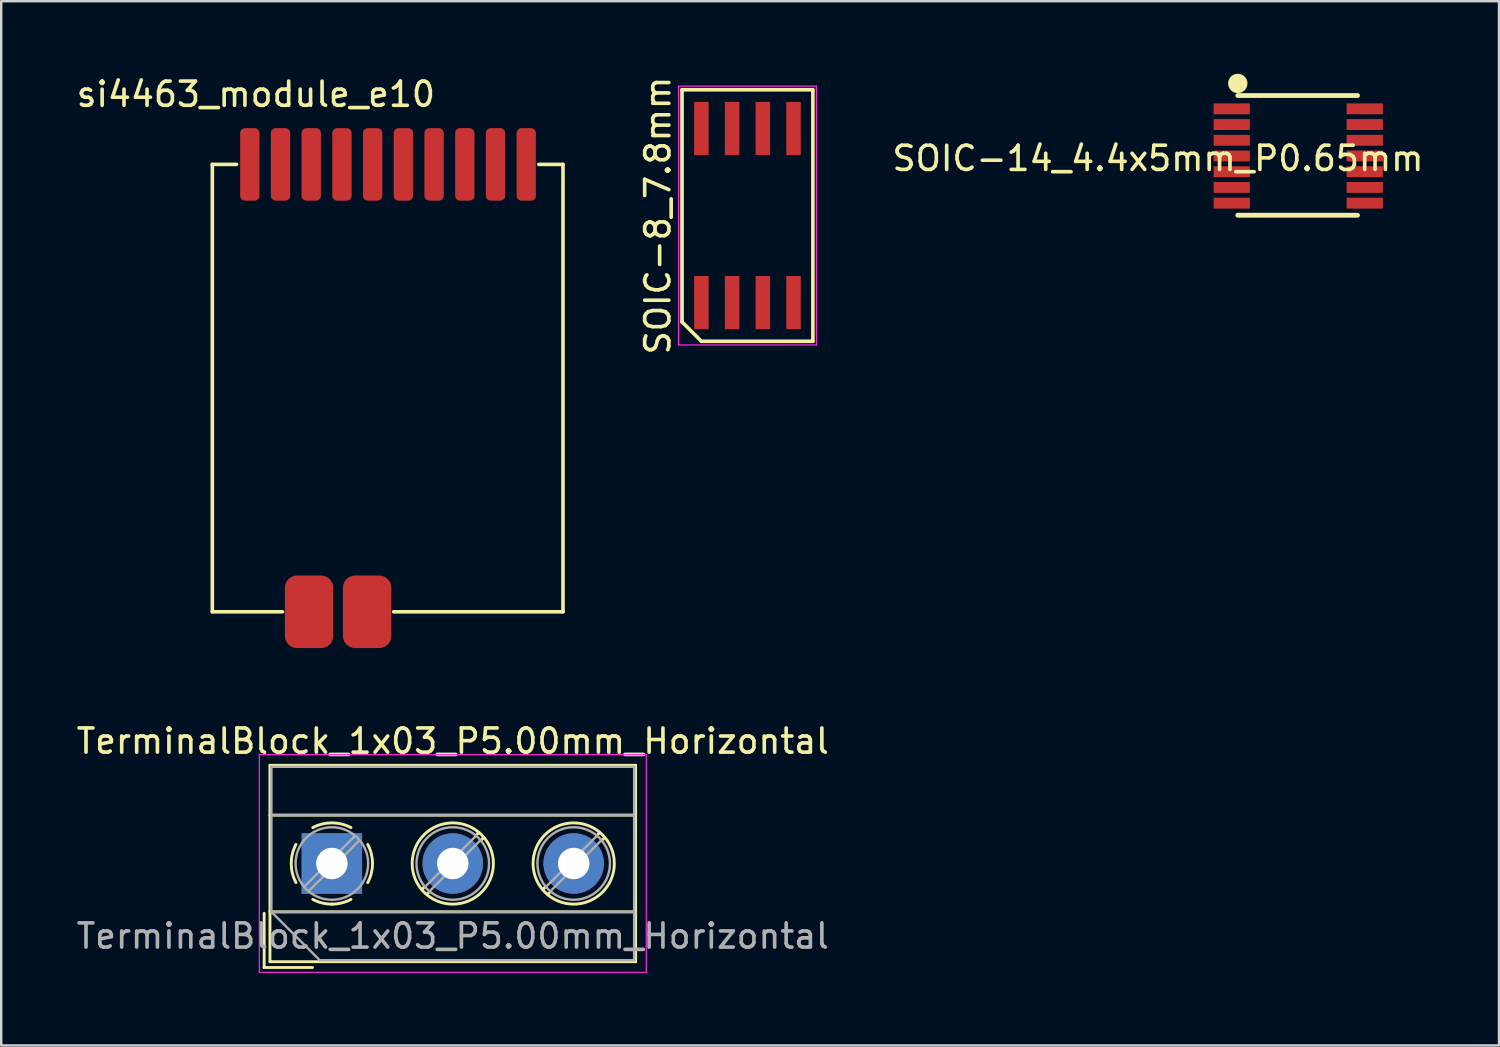
<source format=kicad_pcb>
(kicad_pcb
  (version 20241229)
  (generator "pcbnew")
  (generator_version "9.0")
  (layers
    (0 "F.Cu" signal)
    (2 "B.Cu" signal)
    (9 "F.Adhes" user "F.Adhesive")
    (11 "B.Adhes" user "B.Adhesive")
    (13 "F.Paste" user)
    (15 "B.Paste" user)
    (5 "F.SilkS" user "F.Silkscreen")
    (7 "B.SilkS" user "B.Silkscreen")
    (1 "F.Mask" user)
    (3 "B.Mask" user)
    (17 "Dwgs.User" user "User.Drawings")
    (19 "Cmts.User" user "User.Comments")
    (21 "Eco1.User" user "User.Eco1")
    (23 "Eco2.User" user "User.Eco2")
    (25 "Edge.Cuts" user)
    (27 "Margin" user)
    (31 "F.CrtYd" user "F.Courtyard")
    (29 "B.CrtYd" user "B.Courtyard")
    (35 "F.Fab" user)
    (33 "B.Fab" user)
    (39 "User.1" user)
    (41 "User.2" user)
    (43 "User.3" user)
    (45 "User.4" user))
  (footprint "si4463_module_e10"
    (layer "F.Cu")
    (at 5.73 3.748)
    (property "Reference" "si4463_module_e10" (at 1.8 -2.9 0) (layer "F.SilkS") (effects (font (size 1 1) (thickness 0.15))))
    (attr through_hole)
    (fp_line (start 0 0) (end 1 0) (stroke (width 0.15) (type solid)) (layer "F.SilkS"))
    (fp_line (start 0 18.5) (end 0 0) (stroke (width 0.15) (type solid)) (layer "F.SilkS"))
    (fp_line (start 0 18.5) (end 2.9 18.5) (stroke (width 0.15) (type solid)) (layer "F.SilkS"))
    (fp_line (start 7.5 18.5) (end 14.5 18.5) (stroke (width 0.15) (type solid)) (layer "F.SilkS"))
    (fp_line (start 13.5 0) (end 14.5 0) (stroke (width 0.15) (type solid)) (layer "F.SilkS"))
    (fp_line (start 14.5 0) (end 14.5 18.5) (stroke (width 0.15) (type solid)) (layer "F.SilkS"))
    (pad "1" smd roundrect (at 12.98 0) (size 0.8 3) (layers "F.Cu" "F.Mask" "F.Paste") (roundrect_rratio 0.25))
    (pad "2" smd roundrect (at 11.71 0) (size 0.8 3) (layers "F.Cu" "F.Mask" "F.Paste") (roundrect_rratio 0.25))
    (pad "3" smd roundrect (at 10.44 0) (size 0.8 3) (layers "F.Cu" "F.Mask" "F.Paste") (roundrect_rratio 0.25))
    (pad "4" smd roundrect (at 9.17 0) (size 0.8 3) (layers "F.Cu" "F.Mask" "F.Paste") (roundrect_rratio 0.25))
    (pad "5" smd roundrect (at 7.9 0) (size 0.8 3) (layers "F.Cu" "F.Mask" "F.Paste") (roundrect_rratio 0.25))
    (pad "6" smd roundrect (at 6.63 0) (size 0.8 3) (layers "F.Cu" "F.Mask" "F.Paste") (roundrect_rratio 0.25))
    (pad "7" smd roundrect (at 5.36 0) (size 0.8 3) (layers "F.Cu" "F.Mask" "F.Paste") (roundrect_rratio 0.25))
    (pad "8" smd roundrect (at 4.09 0) (size 0.8 3) (layers "F.Cu" "F.Mask" "F.Paste") (roundrect_rratio 0.25))
    (pad "9" smd roundrect (at 2.82 0) (size 0.8 3) (layers "F.Cu" "F.Mask" "F.Paste") (roundrect_rratio 0.25))
    (pad "10" smd roundrect (at 1.55 0) (size 0.8 3) (layers "F.Cu" "F.Mask" "F.Paste") (roundrect_rratio 0.25))
    (pad "11" smd roundrect (at 4 18.5) (size 2 3) (layers "F.Cu" "F.Mask" "F.Paste") (roundrect_rratio 0.25))
    (pad "12" smd roundrect (at 6.4 18.5) (size 2 3) (layers "F.Cu" "F.Mask" "F.Paste") (roundrect_rratio 0.25)))
  (footprint "TerminalBlock_1x03_P5.00mm_Horizontal"
    (layer "F.Cu")
    (at 10.673 32.657)
    (property "Reference" "TerminalBlock_1x03_P5.00mm_Horizontal" (at 5 -5.06 0) (layer "F.SilkS") (effects (font (size 1 1) (thickness 0.15))))
    (attr through_hole)
    (fp_line (start -2.8 2.06) (end -2.8 4.3) (stroke (width 0.12) (type solid)) (layer "F.SilkS"))
    (fp_line (start -2.8 4.3) (end -0.8 4.3) (stroke (width 0.12) (type solid)) (layer "F.SilkS"))
    (fp_line (start -2.56 -4.06) (end -2.56 4.06) (stroke (width 0.12) (type solid)) (layer "F.SilkS"))
    (fp_line (start -2.56 -4.06) (end 12.56 -4.06) (stroke (width 0.12) (type solid)) (layer "F.SilkS"))
    (fp_line (start -2.56 -2) (end 12.56 -2) (stroke (width 0.12) (type solid)) (layer "F.SilkS"))
    (fp_line (start -2.56 2) (end 12.56 2) (stroke (width 0.12) (type solid)) (layer "F.SilkS"))
    (fp_line (start -2.56 4.06) (end 12.56 4.06) (stroke (width 0.12) (type solid)) (layer "F.SilkS"))
    (fp_line (start 3.82 0.976) (end 3.726 1.069) (stroke (width 0.12) (type solid)) (layer "F.SilkS"))
    (fp_line (start 3.99 1.216) (end 3.931 1.274) (stroke (width 0.12) (type solid)) (layer "F.SilkS"))
    (fp_line (start 6.07 -1.275) (end 6.011 -1.216) (stroke (width 0.12) (type solid)) (layer "F.SilkS"))
    (fp_line (start 6.275 -1.069) (end 6.181 -0.976) (stroke (width 0.12) (type solid)) (layer "F.SilkS"))
    (fp_line (start 8.82 0.976) (end 8.726 1.069) (stroke (width 0.12) (type solid)) (layer "F.SilkS"))
    (fp_line (start 8.99 1.216) (end 8.931 1.274) (stroke (width 0.12) (type solid)) (layer "F.SilkS"))
    (fp_line (start 11.07 -1.275) (end 11.011 -1.216) (stroke (width 0.12) (type solid)) (layer "F.SilkS"))
    (fp_line (start 11.275 -1.069) (end 11.181 -0.976) (stroke (width 0.12) (type solid)) (layer "F.SilkS"))
    (fp_line (start 12.56 -4.06) (end 12.56 4.06) (stroke (width 0.12) (type solid)) (layer "F.SilkS"))
    (fp_arc (start -1.483953 0.789089) (mid -1.680708 0.00005) (end -1.484 -0.789) (stroke (width 0.12) (type solid)) (layer "F.SilkS"))
    (fp_arc (start -0.789089 -1.483953) (mid -0.00005 -1.680708) (end 0.789 -1.484) (stroke (width 0.12) (type solid)) (layer "F.SilkS"))
    (fp_arc (start 0.029383 1.68045) (mid -0.392304 1.634281) (end -0.789 1.484) (stroke (width 0.12) (type solid)) (layer "F.SilkS"))
    (fp_arc (start 0.788712 1.483352) (mid 0.406429 1.630097) (end 0 1.68) (stroke (width 0.12) (type solid)) (layer "F.SilkS"))
    (fp_arc (start 1.483953 -0.789089) (mid 1.680708 -0.00005) (end 1.484 0.789) (stroke (width 0.12) (type solid)) (layer "F.SilkS"))
    (fp_circle (center 5 0) (end 6.68 0) (stroke (width 0.12) (type solid)) (fill no) (layer "F.SilkS"))
    (fp_circle (center 10 0) (end 11.68 0) (stroke (width 0.12) (type solid)) (fill no) (layer "F.SilkS"))
    (fp_line (start -3 -4.5) (end -3 4.5) (stroke (width 0.05) (type solid)) (layer "F.CrtYd"))
    (fp_line (start -3 4.5) (end 13 4.5) (stroke (width 0.05) (type solid)) (layer "F.CrtYd"))
    (fp_line (start 13 -4.5) (end -3 -4.5) (stroke (width 0.05) (type solid)) (layer "F.CrtYd"))
    (fp_line (start 13 4.5) (end 13 -4.5) (stroke (width 0.05) (type solid)) (layer "F.CrtYd"))
    (fp_line (start -2.5 -4) (end 12.5 -4) (stroke (width 0.1) (type solid)) (layer "F.Fab"))
    (fp_line (start -2.5 -2) (end 12.5 -2) (stroke (width 0.1) (type solid)) (layer "F.Fab"))
    (fp_line (start -2.5 2) (end -2.5 -4) (stroke (width 0.1) (type solid)) (layer "F.Fab"))
    (fp_line (start -2.5 2) (end 12.5 2) (stroke (width 0.1) (type solid)) (layer "F.Fab"))
    (fp_line (start -0.5 4) (end -2.5 2) (stroke (width 0.1) (type solid)) (layer "F.Fab"))
    (fp_line (start 0.955 -1.138) (end -1.138 0.955) (stroke (width 0.1) (type solid)) (layer "F.Fab"))
    (fp_line (start 1.138 -0.955) (end -0.955 1.138) (stroke (width 0.1) (type solid)) (layer "F.Fab"))
    (fp_line (start 5.955 -1.138) (end 3.863 0.955) (stroke (width 0.1) (type solid)) (layer "F.Fab"))
    (fp_line (start 6.138 -0.955) (end 4.046 1.138) (stroke (width 0.1) (type solid)) (layer "F.Fab"))
    (fp_line (start 10.955 -1.138) (end 8.863 0.955) (stroke (width 0.1) (type solid)) (layer "F.Fab"))
    (fp_line (start 11.138 -0.955) (end 9.046 1.138) (stroke (width 0.1) (type solid)) (layer "F.Fab"))
    (fp_line (start 12.5 -4) (end 12.5 4) (stroke (width 0.1) (type solid)) (layer "F.Fab"))
    (fp_line (start 12.5 4) (end -0.5 4) (stroke (width 0.1) (type solid)) (layer "F.Fab"))
    (fp_circle (center 0 0) (end 1.5 0) (stroke (width 0.1) (type solid)) (fill no) (layer "F.Fab"))
    (fp_circle (center 5 0) (end 6.5 0) (stroke (width 0.1) (type solid)) (fill no) (layer "F.Fab"))
    (fp_circle (center 10 0) (end 11.5 0) (stroke (width 0.1) (type solid)) (fill no) (layer "F.Fab"))
    (fp_text user "${REFERENCE}" (at 5 3 0) (layer "F.Fab") (effects (font (size 1 1) (thickness 0.15))))
    (pad "1" thru_hole rect (at 0 0) (size 2.5 2.5) (drill 1.3) (layers "*.Cu" "*.Mask"))
    (pad "2" thru_hole circle (at 5 0) (size 2.5 2.5) (drill 1.3) (layers "*.Cu" "*.Mask"))
    (pad "3" thru_hole circle (at 10 0) (size 2.5 2.5) (drill 1.3) (layers "*.Cu" "*.Mask")))
  (footprint "SOIC-14_4.4x5mm_P0.65mm"
    (layer "F.Cu")
    (at 50.634 3.4)
    (property "Reference" "SOIC-14_4.4x5mm_P0.65mm" (at -5.8 0.1 0) (layer "F.SilkS") (effects (font (size 1 1) (thickness 0.15))))
    (attr through_hole)
    (fp_line (start -2.5 -2.5) (end 2.45 -2.5) (stroke (width 0.2) (type solid)) (layer "F.SilkS"))
    (fp_line (start -2.5 2.45) (end 2.45 2.45) (stroke (width 0.2) (type solid)) (layer "F.SilkS"))
    (fp_circle (center -2.5 -3) (end -2.3 -3) (stroke (width 0.4) (type solid)) (fill no) (layer "F.SilkS"))
    (pad "1" smd rect (at -2.75 -1.95) (size 1.5 0.45) (layers "F.Cu" "F.Mask" "F.Paste"))
    (pad "2" smd rect (at -2.75 -1.3) (size 1.5 0.45) (layers "F.Cu" "F.Mask" "F.Paste"))
    (pad "3" smd rect (at -2.75 -0.65) (size 1.5 0.45) (layers "F.Cu" "F.Mask" "F.Paste"))
    (pad "4" smd rect (at -2.75 0) (size 1.5 0.45) (layers "F.Cu" "F.Mask" "F.Paste"))
    (pad "5" smd rect (at -2.75 0.65) (size 1.5 0.45) (layers "F.Cu" "F.Mask" "F.Paste"))
    (pad "6" smd rect (at -2.75 1.3) (size 1.5 0.45) (layers "F.Cu" "F.Mask" "F.Paste"))
    (pad "7" smd rect (at -2.75 1.95) (size 1.5 0.45) (layers "F.Cu" "F.Mask" "F.Paste"))
    (pad "8" smd rect (at 2.75 1.95) (size 1.5 0.45) (layers "F.Cu" "F.Mask" "F.Paste"))
    (pad "9" smd rect (at 2.75 1.3) (size 1.5 0.45) (layers "F.Cu" "F.Mask" "F.Paste"))
    (pad "10" smd rect (at 2.75 0.65) (size 1.5 0.45) (layers "F.Cu" "F.Mask" "F.Paste"))
    (pad "11" smd rect (at 2.75 0) (size 1.5 0.45) (layers "F.Cu" "F.Mask" "F.Paste"))
    (pad "12" smd rect (at 2.75 -0.65) (size 1.5 0.45) (layers "F.Cu" "F.Mask" "F.Paste"))
    (pad "13" smd rect (at 2.75 -1.3) (size 1.5 0.45) (layers "F.Cu" "F.Mask" "F.Paste"))
    (pad "14" smd rect (at 2.75 -1.95) (size 1.5 0.45) (layers "F.Cu" "F.Mask" "F.Paste")))
  (footprint "SOIC-8_7.8mm"
    (layer "F.Cu")
    (at 27.858 5.863)
    (property "Reference" "SOIC-8_7.8mm" (at -3.705 0 90) (layer "F.SilkS") (effects (font (size 1 1) (thickness 0.15))))
    (attr smd)
    (fp_line (start -2.705 -5.2) (end 2.705 -5.2) (stroke (width 0.15) (type solid)) (layer "F.SilkS"))
    (fp_line (start -2.705 4.4) (end -2.705 -5.2) (stroke (width 0.15) (type solid)) (layer "F.SilkS"))
    (fp_line (start -1.905 5.2) (end -2.705 4.4) (stroke (width 0.15) (type solid)) (layer "F.SilkS"))
    (fp_line (start 2.705 -5.2) (end 2.705 5.2) (stroke (width 0.15) (type solid)) (layer "F.SilkS"))
    (fp_line (start 2.705 5.2) (end -1.905 5.2) (stroke (width 0.15) (type solid)) (layer "F.SilkS"))
    (fp_line (start -2.85 -5.35) (end 2.85 -5.35) (stroke (width 0.05) (type solid)) (layer "F.CrtYd"))
    (fp_line (start -2.85 5.35) (end -2.85 -5.35) (stroke (width 0.05) (type solid)) (layer "F.CrtYd"))
    (fp_line (start 2.85 -5.35) (end 2.85 5.35) (stroke (width 0.05) (type solid)) (layer "F.CrtYd"))
    (fp_line (start 2.85 5.35) (end -2.85 5.35) (stroke (width 0.05) (type solid)) (layer "F.CrtYd"))
    (pad "1" smd rect (at -1.905 3.6) (size 0.6 2.2) (layers "F.Cu" "F.Mask" "F.Paste"))
    (pad "2" smd rect (at -0.635 3.6) (size 0.6 2.2) (layers "F.Cu" "F.Mask" "F.Paste"))
    (pad "3" smd rect (at 0.635 3.6) (size 0.6 2.2) (layers "F.Cu" "F.Mask" "F.Paste"))
    (pad "4" smd rect (at 1.905 3.6) (size 0.6 2.2) (layers "F.Cu" "F.Mask" "F.Paste"))
    (pad "5" smd rect (at 1.905 -3.6) (size 0.6 2.2) (layers "F.Cu" "F.Mask" "F.Paste"))
    (pad "6" smd rect (at 0.635 -3.6) (size 0.6 2.2) (layers "F.Cu" "F.Mask" "F.Paste"))
    (pad "7" smd rect (at -0.635 -3.6) (size 0.6 2.2) (layers "F.Cu" "F.Mask" "F.Paste"))
    (pad "8" smd rect (at -1.905 -3.6) (size 0.6 2.2) (layers "F.Cu" "F.Mask" "F.Paste")))
  (gr_rect
    (start -3 -3)
    (end 58.935 40.181)
    (stroke (width 0.1) (type default))
    (fill no)
    (layer "Edge.Cuts")))
</source>
